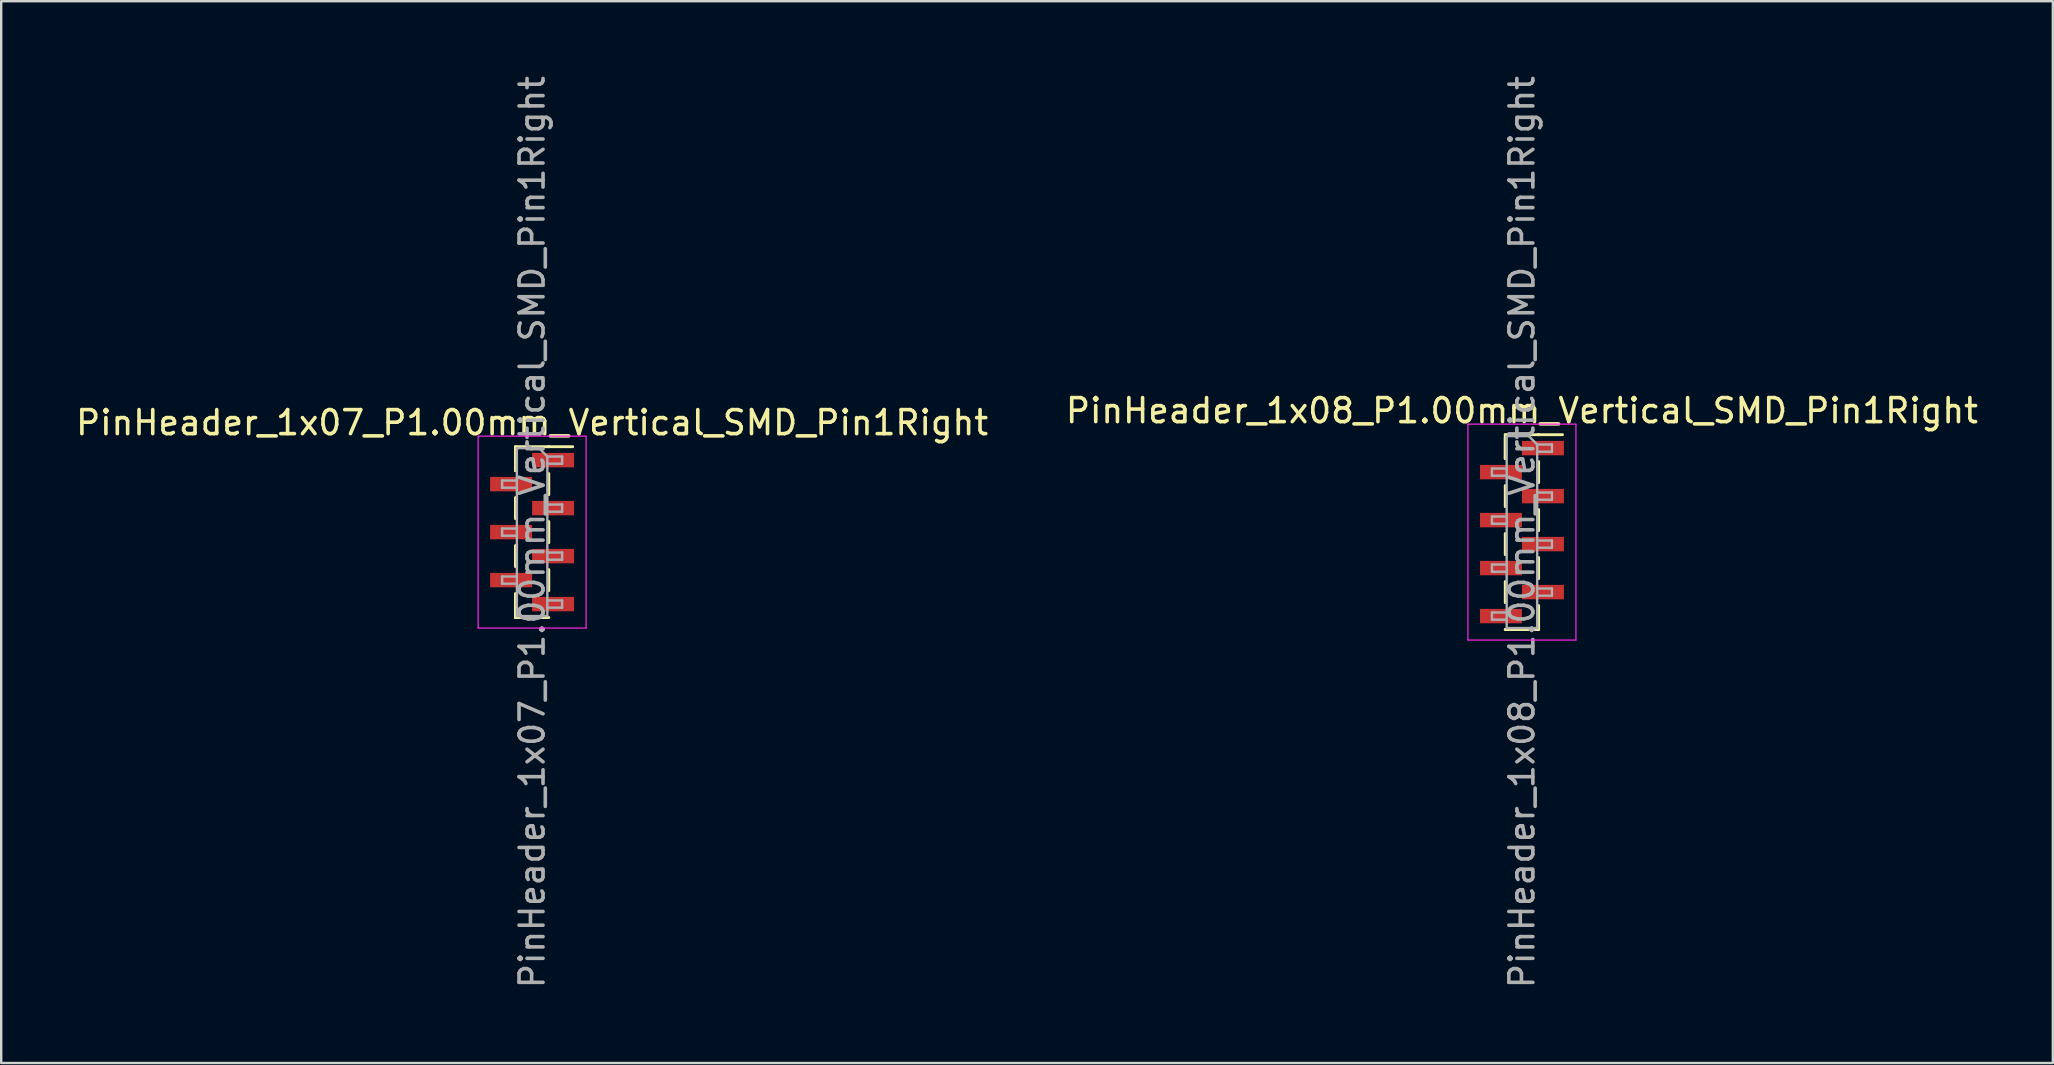
<source format=kicad_pcb>
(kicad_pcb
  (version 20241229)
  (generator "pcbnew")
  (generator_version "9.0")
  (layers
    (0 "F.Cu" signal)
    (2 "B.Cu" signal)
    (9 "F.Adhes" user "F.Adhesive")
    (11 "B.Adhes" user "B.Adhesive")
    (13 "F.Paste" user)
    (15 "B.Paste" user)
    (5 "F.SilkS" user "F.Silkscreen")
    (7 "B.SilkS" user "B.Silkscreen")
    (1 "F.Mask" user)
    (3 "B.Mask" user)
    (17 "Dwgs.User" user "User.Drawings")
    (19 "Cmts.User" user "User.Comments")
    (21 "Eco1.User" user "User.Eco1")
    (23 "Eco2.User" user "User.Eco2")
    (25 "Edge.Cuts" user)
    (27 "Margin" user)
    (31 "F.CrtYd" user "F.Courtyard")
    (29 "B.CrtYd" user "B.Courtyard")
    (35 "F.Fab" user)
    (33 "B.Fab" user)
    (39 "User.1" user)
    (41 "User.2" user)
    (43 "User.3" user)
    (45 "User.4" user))
  (footprint "PinHeader_1x07_P1.00mm_Vertical_SMD_Pin1Right"
    (layer "F.Cu")
    (at 19.125 19.125)
    (property "Reference" "PinHeader_1x07_P1.00mm_Vertical_SMD_Pin1Right" (at 0 -4.56 0) (layer "F.SilkS") (effects (font (size 1 1) (thickness 0.15))))
    (attr smd)
    (fp_line (start -0.695 -3.56) (end -0.695 -2.56) (stroke (width 0.12) (type solid)) (layer "F.SilkS"))
    (fp_line (start -0.695 -3.56) (end 0.695 -3.56) (stroke (width 0.12) (type solid)) (layer "F.SilkS"))
    (fp_line (start -0.695 -3.44) (end -0.695 -2.56) (stroke (width 0.12) (type solid)) (layer "F.SilkS"))
    (fp_line (start -0.695 -1.44) (end -0.695 -0.56) (stroke (width 0.12) (type solid)) (layer "F.SilkS"))
    (fp_line (start -0.695 0.56) (end -0.695 1.44) (stroke (width 0.12) (type solid)) (layer "F.SilkS"))
    (fp_line (start -0.695 2.56) (end -0.695 3.56) (stroke (width 0.12) (type solid)) (layer "F.SilkS"))
    (fp_line (start -0.695 3.56) (end -0.695 3.56) (stroke (width 0.12) (type solid)) (layer "F.SilkS"))
    (fp_line (start -0.695 3.56) (end 0.695 3.56) (stroke (width 0.12) (type solid)) (layer "F.SilkS"))
    (fp_line (start 0.695 -3.56) (end 0.695 -3.56) (stroke (width 0.12) (type solid)) (layer "F.SilkS"))
    (fp_line (start 0.695 -3.56) (end 1.69 -3.56) (stroke (width 0.12) (type solid)) (layer "F.SilkS"))
    (fp_line (start 0.695 -2.44) (end 0.695 -1.56) (stroke (width 0.12) (type solid)) (layer "F.SilkS"))
    (fp_line (start 0.695 -0.44) (end 0.695 0.44) (stroke (width 0.12) (type solid)) (layer "F.SilkS"))
    (fp_line (start 0.695 1.56) (end 0.695 2.44) (stroke (width 0.12) (type solid)) (layer "F.SilkS"))
    (fp_line (start -2.25 -4) (end -2.25 4) (stroke (width 0.05) (type solid)) (layer "F.CrtYd"))
    (fp_line (start -2.25 4) (end 2.25 4) (stroke (width 0.05) (type solid)) (layer "F.CrtYd"))
    (fp_line (start 2.25 -4) (end -2.25 -4) (stroke (width 0.05) (type solid)) (layer "F.CrtYd"))
    (fp_line (start 2.25 4) (end 2.25 -4) (stroke (width 0.05) (type solid)) (layer "F.CrtYd"))
    (fp_line (start -1.25 -2.15) (end -1.25 -1.85) (stroke (width 0.1) (type solid)) (layer "F.Fab"))
    (fp_line (start -1.25 -1.85) (end -0.635 -1.85) (stroke (width 0.1) (type solid)) (layer "F.Fab"))
    (fp_line (start -1.25 -0.15) (end -1.25 0.15) (stroke (width 0.1) (type solid)) (layer "F.Fab"))
    (fp_line (start -1.25 0.15) (end -0.635 0.15) (stroke (width 0.1) (type solid)) (layer "F.Fab"))
    (fp_line (start -1.25 1.85) (end -1.25 2.15) (stroke (width 0.1) (type solid)) (layer "F.Fab"))
    (fp_line (start -1.25 2.15) (end -0.635 2.15) (stroke (width 0.1) (type solid)) (layer "F.Fab"))
    (fp_line (start -0.635 -3.5) (end -0.635 3.5) (stroke (width 0.1) (type solid)) (layer "F.Fab"))
    (fp_line (start -0.635 -3.5) (end 0.285 -3.5) (stroke (width 0.1) (type solid)) (layer "F.Fab"))
    (fp_line (start -0.635 -2.15) (end -1.25 -2.15) (stroke (width 0.1) (type solid)) (layer "F.Fab"))
    (fp_line (start -0.635 -0.15) (end -1.25 -0.15) (stroke (width 0.1) (type solid)) (layer "F.Fab"))
    (fp_line (start -0.635 1.85) (end -1.25 1.85) (stroke (width 0.1) (type solid)) (layer "F.Fab"))
    (fp_line (start 0.635 -3.15) (end 0.285 -3.5) (stroke (width 0.1) (type solid)) (layer "F.Fab"))
    (fp_line (start 0.635 -3.15) (end 1.25 -3.15) (stroke (width 0.1) (type solid)) (layer "F.Fab"))
    (fp_line (start 0.635 -1.15) (end 1.25 -1.15) (stroke (width 0.1) (type solid)) (layer "F.Fab"))
    (fp_line (start 0.635 0.85) (end 1.25 0.85) (stroke (width 0.1) (type solid)) (layer "F.Fab"))
    (fp_line (start 0.635 2.85) (end 1.25 2.85) (stroke (width 0.1) (type solid)) (layer "F.Fab"))
    (fp_line (start 0.635 3.5) (end -0.635 3.5) (stroke (width 0.1) (type solid)) (layer "F.Fab"))
    (fp_line (start 0.635 3.5) (end 0.635 -3.15) (stroke (width 0.1) (type solid)) (layer "F.Fab"))
    (fp_line (start 1.25 -3.15) (end 1.25 -2.85) (stroke (width 0.1) (type solid)) (layer "F.Fab"))
    (fp_line (start 1.25 -2.85) (end 0.635 -2.85) (stroke (width 0.1) (type solid)) (layer "F.Fab"))
    (fp_line (start 1.25 -1.15) (end 1.25 -0.85) (stroke (width 0.1) (type solid)) (layer "F.Fab"))
    (fp_line (start 1.25 -0.85) (end 0.635 -0.85) (stroke (width 0.1) (type solid)) (layer "F.Fab"))
    (fp_line (start 1.25 0.85) (end 1.25 1.15) (stroke (width 0.1) (type solid)) (layer "F.Fab"))
    (fp_line (start 1.25 1.15) (end 0.635 1.15) (stroke (width 0.1) (type solid)) (layer "F.Fab"))
    (fp_line (start 1.25 2.85) (end 1.25 3.15) (stroke (width 0.1) (type solid)) (layer "F.Fab"))
    (fp_line (start 1.25 3.15) (end 0.635 3.15) (stroke (width 0.1) (type solid)) (layer "F.Fab"))
    (fp_text user "${REFERENCE}" (at 0 0 90) (layer "F.Fab") (effects (font (size 1 1) (thickness 0.15))))
    (pad "1" smd rect (at 0.875 -3) (size 1.75 0.6) (layers "F.Cu" "F.Mask" "F.Paste"))
    (pad "2" smd rect (at -0.875 -2) (size 1.75 0.6) (layers "F.Cu" "F.Mask" "F.Paste"))
    (pad "3" smd rect (at 0.875 -1) (size 1.75 0.6) (layers "F.Cu" "F.Mask" "F.Paste"))
    (pad "4" smd rect (at -0.875 0) (size 1.75 0.6) (layers "F.Cu" "F.Mask" "F.Paste"))
    (pad "5" smd rect (at 0.875 1) (size 1.75 0.6) (layers "F.Cu" "F.Mask" "F.Paste"))
    (pad "6" smd rect (at -0.875 2) (size 1.75 0.6) (layers "F.Cu" "F.Mask" "F.Paste"))
    (pad "7" smd rect (at 0.875 3) (size 1.75 0.6) (layers "F.Cu" "F.Mask" "F.Paste")))
  (footprint "PinHeader_1x08_P1.00mm_Vertical_SMD_Pin1Right"
    (layer "F.Cu")
    (at 60.375 19.125)
    (property "Reference" "PinHeader_1x08_P1.00mm_Vertical_SMD_Pin1Right" (at 0 -5.06 0) (layer "F.SilkS") (effects (font (size 1 1) (thickness 0.15))))
    (attr smd)
    (fp_line (start -0.695 -4.06) (end -0.695 -3.06) (stroke (width 0.12) (type solid)) (layer "F.SilkS"))
    (fp_line (start -0.695 -4.06) (end 0.695 -4.06) (stroke (width 0.12) (type solid)) (layer "F.SilkS"))
    (fp_line (start -0.695 -3.94) (end -0.695 -3.06) (stroke (width 0.12) (type solid)) (layer "F.SilkS"))
    (fp_line (start -0.695 -1.94) (end -0.695 -1.06) (stroke (width 0.12) (type solid)) (layer "F.SilkS"))
    (fp_line (start -0.695 0.06) (end -0.695 0.94) (stroke (width 0.12) (type solid)) (layer "F.SilkS"))
    (fp_line (start -0.695 2.06) (end -0.695 2.94) (stroke (width 0.12) (type solid)) (layer "F.SilkS"))
    (fp_line (start -0.695 4.06) (end -0.695 4.06) (stroke (width 0.12) (type solid)) (layer "F.SilkS"))
    (fp_line (start -0.695 4.06) (end 0.695 4.06) (stroke (width 0.12) (type solid)) (layer "F.SilkS"))
    (fp_line (start 0.695 -4.06) (end 0.695 -4.06) (stroke (width 0.12) (type solid)) (layer "F.SilkS"))
    (fp_line (start 0.695 -4.06) (end 1.69 -4.06) (stroke (width 0.12) (type solid)) (layer "F.SilkS"))
    (fp_line (start 0.695 -2.94) (end 0.695 -2.06) (stroke (width 0.12) (type solid)) (layer "F.SilkS"))
    (fp_line (start 0.695 -0.94) (end 0.695 -0.06) (stroke (width 0.12) (type solid)) (layer "F.SilkS"))
    (fp_line (start 0.695 1.06) (end 0.695 1.94) (stroke (width 0.12) (type solid)) (layer "F.SilkS"))
    (fp_line (start 0.695 3.06) (end 0.695 4.06) (stroke (width 0.12) (type solid)) (layer "F.SilkS"))
    (fp_line (start -2.25 -4.5) (end -2.25 4.5) (stroke (width 0.05) (type solid)) (layer "F.CrtYd"))
    (fp_line (start -2.25 4.5) (end 2.25 4.5) (stroke (width 0.05) (type solid)) (layer "F.CrtYd"))
    (fp_line (start 2.25 -4.5) (end -2.25 -4.5) (stroke (width 0.05) (type solid)) (layer "F.CrtYd"))
    (fp_line (start 2.25 4.5) (end 2.25 -4.5) (stroke (width 0.05) (type solid)) (layer "F.CrtYd"))
    (fp_line (start -1.25 -2.65) (end -1.25 -2.35) (stroke (width 0.1) (type solid)) (layer "F.Fab"))
    (fp_line (start -1.25 -2.35) (end -0.635 -2.35) (stroke (width 0.1) (type solid)) (layer "F.Fab"))
    (fp_line (start -1.25 -0.65) (end -1.25 -0.35) (stroke (width 0.1) (type solid)) (layer "F.Fab"))
    (fp_line (start -1.25 -0.35) (end -0.635 -0.35) (stroke (width 0.1) (type solid)) (layer "F.Fab"))
    (fp_line (start -1.25 1.35) (end -1.25 1.65) (stroke (width 0.1) (type solid)) (layer "F.Fab"))
    (fp_line (start -1.25 1.65) (end -0.635 1.65) (stroke (width 0.1) (type solid)) (layer "F.Fab"))
    (fp_line (start -1.25 3.35) (end -1.25 3.65) (stroke (width 0.1) (type solid)) (layer "F.Fab"))
    (fp_line (start -1.25 3.65) (end -0.635 3.65) (stroke (width 0.1) (type solid)) (layer "F.Fab"))
    (fp_line (start -0.635 -4) (end -0.635 4) (stroke (width 0.1) (type solid)) (layer "F.Fab"))
    (fp_line (start -0.635 -4) (end 0.285 -4) (stroke (width 0.1) (type solid)) (layer "F.Fab"))
    (fp_line (start -0.635 -2.65) (end -1.25 -2.65) (stroke (width 0.1) (type solid)) (layer "F.Fab"))
    (fp_line (start -0.635 -0.65) (end -1.25 -0.65) (stroke (width 0.1) (type solid)) (layer "F.Fab"))
    (fp_line (start -0.635 1.35) (end -1.25 1.35) (stroke (width 0.1) (type solid)) (layer "F.Fab"))
    (fp_line (start -0.635 3.35) (end -1.25 3.35) (stroke (width 0.1) (type solid)) (layer "F.Fab"))
    (fp_line (start 0.635 -3.65) (end 0.285 -4) (stroke (width 0.1) (type solid)) (layer "F.Fab"))
    (fp_line (start 0.635 -3.65) (end 1.25 -3.65) (stroke (width 0.1) (type solid)) (layer "F.Fab"))
    (fp_line (start 0.635 -1.65) (end 1.25 -1.65) (stroke (width 0.1) (type solid)) (layer "F.Fab"))
    (fp_line (start 0.635 0.35) (end 1.25 0.35) (stroke (width 0.1) (type solid)) (layer "F.Fab"))
    (fp_line (start 0.635 2.35) (end 1.25 2.35) (stroke (width 0.1) (type solid)) (layer "F.Fab"))
    (fp_line (start 0.635 4) (end -0.635 4) (stroke (width 0.1) (type solid)) (layer "F.Fab"))
    (fp_line (start 0.635 4) (end 0.635 -3.65) (stroke (width 0.1) (type solid)) (layer "F.Fab"))
    (fp_line (start 1.25 -3.65) (end 1.25 -3.35) (stroke (width 0.1) (type solid)) (layer "F.Fab"))
    (fp_line (start 1.25 -3.35) (end 0.635 -3.35) (stroke (width 0.1) (type solid)) (layer "F.Fab"))
    (fp_line (start 1.25 -1.65) (end 1.25 -1.35) (stroke (width 0.1) (type solid)) (layer "F.Fab"))
    (fp_line (start 1.25 -1.35) (end 0.635 -1.35) (stroke (width 0.1) (type solid)) (layer "F.Fab"))
    (fp_line (start 1.25 0.35) (end 1.25 0.65) (stroke (width 0.1) (type solid)) (layer "F.Fab"))
    (fp_line (start 1.25 0.65) (end 0.635 0.65) (stroke (width 0.1) (type solid)) (layer "F.Fab"))
    (fp_line (start 1.25 2.35) (end 1.25 2.65) (stroke (width 0.1) (type solid)) (layer "F.Fab"))
    (fp_line (start 1.25 2.65) (end 0.635 2.65) (stroke (width 0.1) (type solid)) (layer "F.Fab"))
    (fp_text user "${REFERENCE}" (at 0 0 90) (layer "F.Fab") (effects (font (size 1 1) (thickness 0.15))))
    (pad "1" smd rect (at 0.875 -3.5) (size 1.75 0.6) (layers "F.Cu" "F.Mask" "F.Paste"))
    (pad "2" smd rect (at -0.875 -2.5) (size 1.75 0.6) (layers "F.Cu" "F.Mask" "F.Paste"))
    (pad "3" smd rect (at 0.875 -1.5) (size 1.75 0.6) (layers "F.Cu" "F.Mask" "F.Paste"))
    (pad "4" smd rect (at -0.875 -0.5) (size 1.75 0.6) (layers "F.Cu" "F.Mask" "F.Paste"))
    (pad "5" smd rect (at 0.875 0.5) (size 1.75 0.6) (layers "F.Cu" "F.Mask" "F.Paste"))
    (pad "6" smd rect (at -0.875 1.5) (size 1.75 0.6) (layers "F.Cu" "F.Mask" "F.Paste"))
    (pad "7" smd rect (at 0.875 2.5) (size 1.75 0.6) (layers "F.Cu" "F.Mask" "F.Paste"))
    (pad "8" smd rect (at -0.875 3.5) (size 1.75 0.6) (layers "F.Cu" "F.Mask" "F.Paste")))
  (gr_rect
    (start -3 -3)
    (end 82.5 41.25)
    (stroke (width 0.1) (type default))
    (fill no)
    (layer "Edge.Cuts")))
</source>
